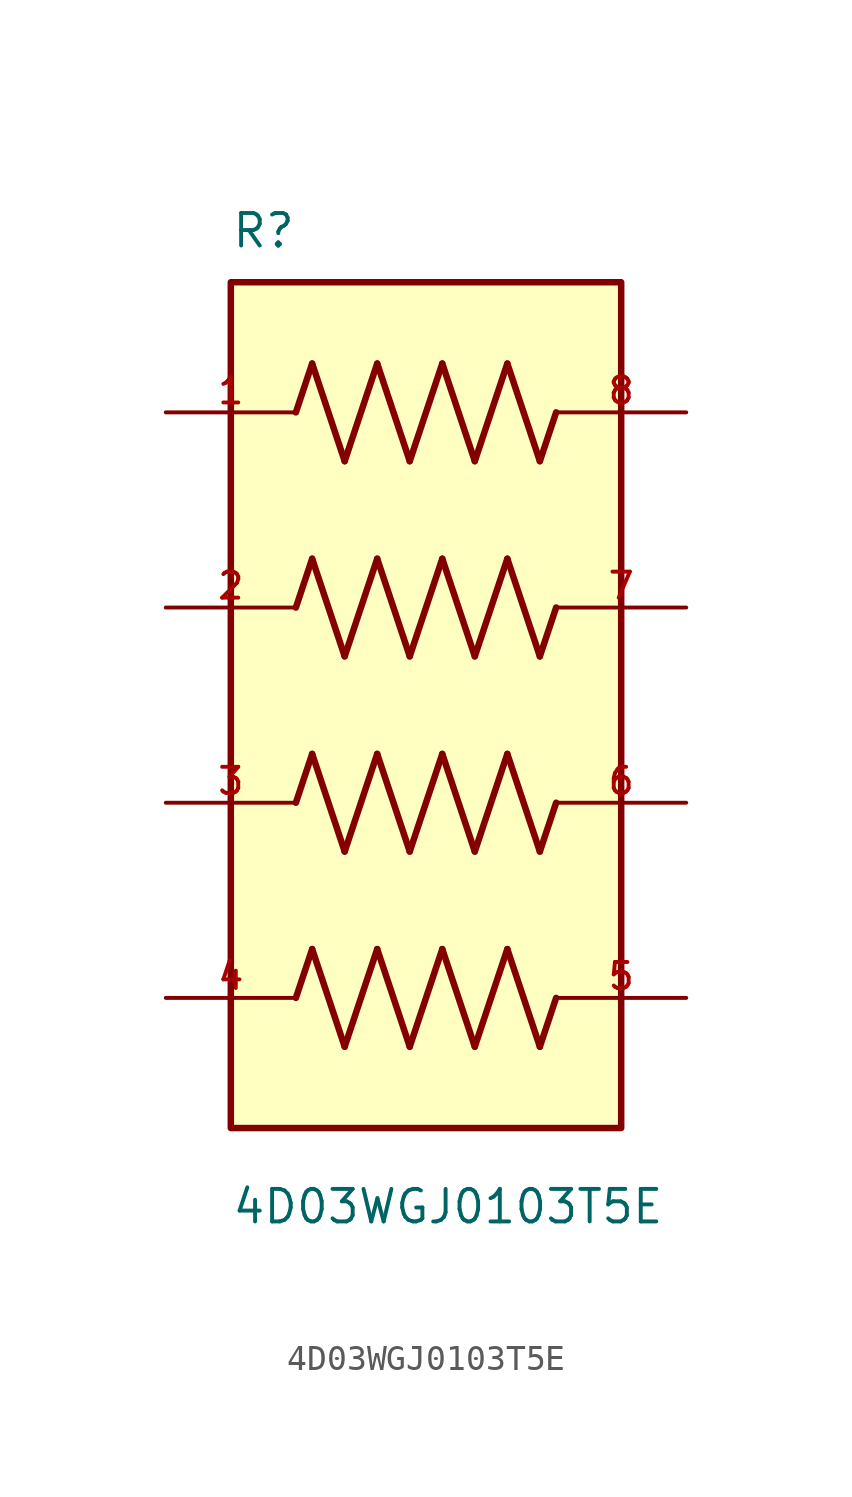
<source format=kicad_sym>
(kicad_symbol_lib
  (version 20211014)
  (generator kicad_symbol_editor)
  (symbol "4D03WGJ0103T5E"
    (pin_names
      (offset 1.016))
    (property "Reference" "R"
      (at -7.62 16.51 0)
      (effects (font (size 1.27 1.27)) (justify bottom left)))
    (property "Value" "4D03WGJ0103T5E"
      (at -7.62 -21.59 0)
      (effects (font (size 1.27 1.27)) (justify bottom left)))
    (symbol "4D03WGJ0103T5E_0_0"
      (polyline (pts (xy -5.08 10.16) (xy -4.445 12.065)) (stroke (width 0.254)))
      (polyline (pts (xy -4.445 12.065) (xy -3.175 8.255)) (stroke (width 0.254)))
      (polyline (pts (xy -3.175 8.255) (xy -1.905 12.065)) (stroke (width 0.254)))
      (polyline (pts (xy -1.905 12.065) (xy -0.635 8.255)) (stroke (width 0.254)))
      (polyline (pts (xy -0.635 8.255) (xy 0.635 12.065)) (stroke (width 0.254)))
      (polyline (pts (xy 0.635 12.065) (xy 1.905 8.255)) (stroke (width 0.254)))
      (polyline (pts (xy 1.905 8.255) (xy 3.175 12.065)) (stroke (width 0.254)))
      (polyline (pts (xy 3.175 12.065) (xy 4.445 8.255)) (stroke (width 0.254)))
      (polyline (pts (xy 4.445 8.255) (xy 5.08 10.16)) (stroke (width 0.254)))
      (polyline (pts (xy -5.08 2.54) (xy -4.445 4.445)) (stroke (width 0.254)))
      (polyline (pts (xy -4.445 4.445) (xy -3.175 0.635)) (stroke (width 0.254)))
      (polyline (pts (xy -3.175 0.635) (xy -1.905 4.445)) (stroke (width 0.254)))
      (polyline (pts (xy -1.905 4.445) (xy -0.635 0.635)) (stroke (width 0.254)))
      (polyline (pts (xy -0.635 0.635) (xy 0.635 4.445)) (stroke (width 0.254)))
      (polyline (pts (xy 0.635 4.445) (xy 1.905 0.635)) (stroke (width 0.254)))
      (polyline (pts (xy 1.905 0.635) (xy 3.175 4.445)) (stroke (width 0.254)))
      (polyline (pts (xy 3.175 4.445) (xy 4.445 0.635)) (stroke (width 0.254)))
      (polyline (pts (xy 4.445 0.635) (xy 5.08 2.54)) (stroke (width 0.254)))
      (polyline (pts (xy -5.08 -5.08) (xy -4.445 -3.175)) (stroke (width 0.254)))
      (polyline (pts (xy -4.445 -3.175) (xy -3.175 -6.985)) (stroke (width 0.254)))
      (polyline (pts (xy -3.175 -6.985) (xy -1.905 -3.175)) (stroke (width 0.254)))
      (polyline (pts (xy -1.905 -3.175) (xy -0.635 -6.985)) (stroke (width 0.254)))
      (polyline (pts (xy -0.635 -6.985) (xy 0.635 -3.175)) (stroke (width 0.254)))
      (polyline (pts (xy 0.635 -3.175) (xy 1.905 -6.985)) (stroke (width 0.254)))
      (polyline (pts (xy 1.905 -6.985) (xy 3.175 -3.175)) (stroke (width 0.254)))
      (polyline (pts (xy 3.175 -3.175) (xy 4.445 -6.985)) (stroke (width 0.254)))
      (polyline (pts (xy 4.445 -6.985) (xy 5.08 -5.08)) (stroke (width 0.254)))
      (polyline (pts (xy -5.08 -12.7) (xy -4.445 -10.795)) (stroke (width 0.254)))
      (polyline (pts (xy -4.445 -10.795) (xy -3.175 -14.605)) (stroke (width 0.254)))
      (polyline (pts (xy -3.175 -14.605) (xy -1.905 -10.795)) (stroke (width 0.254)))
      (polyline (pts (xy -1.905 -10.795) (xy -0.635 -14.605)) (stroke (width 0.254)))
      (polyline (pts (xy -0.635 -14.605) (xy 0.635 -10.795)) (stroke (width 0.254)))
      (polyline (pts (xy 0.635 -10.795) (xy 1.905 -14.605)) (stroke (width 0.254)))
      (polyline (pts (xy 1.905 -14.605) (xy 3.175 -10.795)) (stroke (width 0.254)))
      (polyline (pts (xy 3.175 -10.795) (xy 4.445 -14.605)) (stroke (width 0.254)))
      (polyline (pts (xy 4.445 -14.605) (xy 5.08 -12.7)) (stroke (width 0.254)))
      (rectangle (start -7.62 -17.78) (end 7.62 15.24) (stroke (width 0.254)) (fill (type background)))
      (pin passive line (at -10.16 10.16 0) (length 5.08) (name "~" (effects (font (size 1.016 1.016)))) (number "1" (effects (font (size 1.016 1.016)))))
      (pin passive line (at 10.16 10.16 180.0) (length 5.08) (name "~" (effects (font (size 1.016 1.016)))) (number "8" (effects (font (size 1.016 1.016)))))
      (pin passive line (at -10.16 2.54 0) (length 5.08) (name "~" (effects (font (size 1.016 1.016)))) (number "2" (effects (font (size 1.016 1.016)))))
      (pin passive line (at 10.16 2.54 180.0) (length 5.08) (name "~" (effects (font (size 1.016 1.016)))) (number "7" (effects (font (size 1.016 1.016)))))
      (pin passive line (at -10.16 -5.08 0) (length 5.08) (name "~" (effects (font (size 1.016 1.016)))) (number "3" (effects (font (size 1.016 1.016)))))
      (pin passive line (at 10.16 -5.08 180.0) (length 5.08) (name "~" (effects (font (size 1.016 1.016)))) (number "6" (effects (font (size 1.016 1.016)))))
      (pin passive line (at -10.16 -12.7 0) (length 5.08) (name "~" (effects (font (size 1.016 1.016)))) (number "4" (effects (font (size 1.016 1.016)))))
      (pin passive line (at 10.16 -12.7 180.0) (length 5.08) (name "~" (effects (font (size 1.016 1.016)))) (number "5" (effects (font (size 1.016 1.016))))))))
</source>
